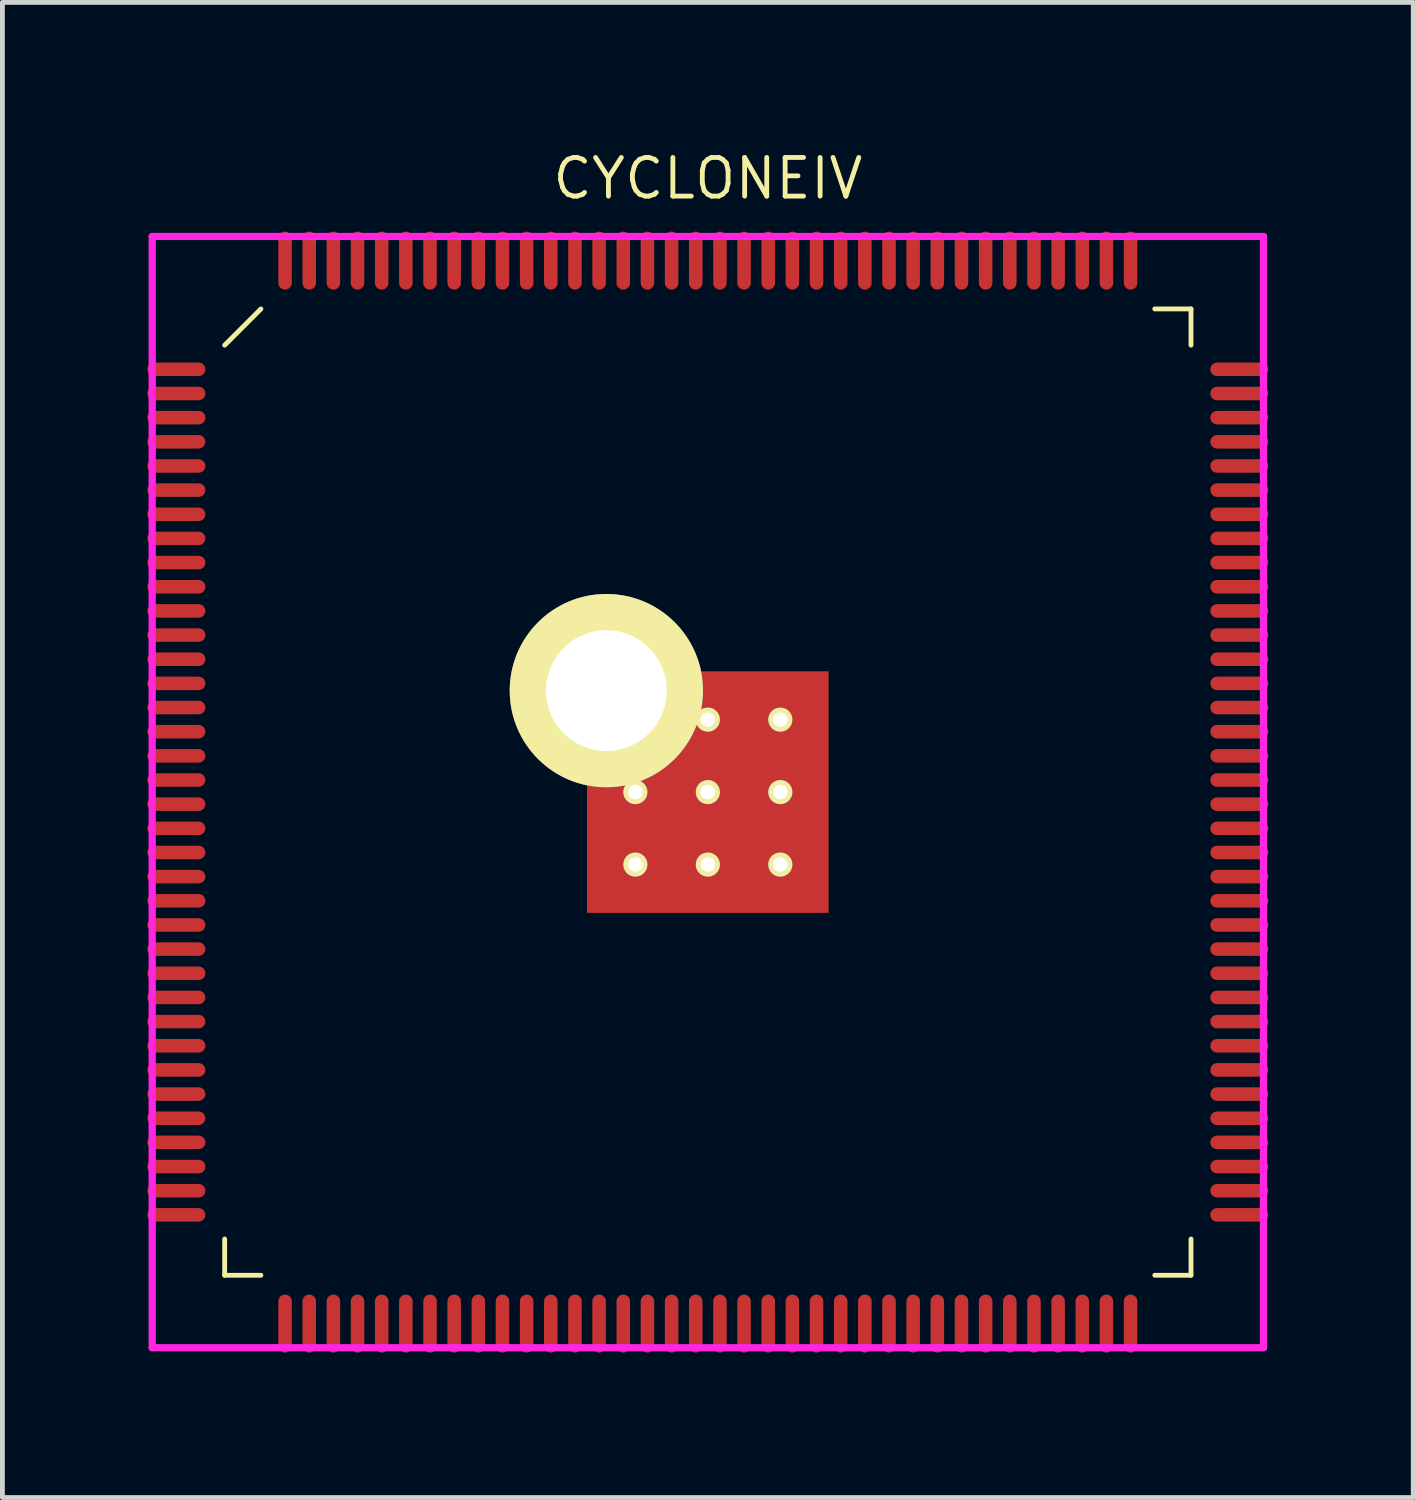
<source format=kicad_pcb>
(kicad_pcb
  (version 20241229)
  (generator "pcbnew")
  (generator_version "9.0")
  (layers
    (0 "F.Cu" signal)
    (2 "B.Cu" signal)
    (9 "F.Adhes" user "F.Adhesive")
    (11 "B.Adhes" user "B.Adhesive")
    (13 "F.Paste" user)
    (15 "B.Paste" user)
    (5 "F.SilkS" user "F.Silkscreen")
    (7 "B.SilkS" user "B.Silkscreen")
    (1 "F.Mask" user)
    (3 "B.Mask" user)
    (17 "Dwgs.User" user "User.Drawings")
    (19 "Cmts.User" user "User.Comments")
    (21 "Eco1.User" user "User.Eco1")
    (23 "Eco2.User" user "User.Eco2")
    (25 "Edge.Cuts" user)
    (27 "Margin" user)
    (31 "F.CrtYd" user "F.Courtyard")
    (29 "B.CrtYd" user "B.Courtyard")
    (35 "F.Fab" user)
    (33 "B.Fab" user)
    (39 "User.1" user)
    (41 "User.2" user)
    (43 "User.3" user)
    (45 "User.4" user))
  (footprint "CYCLONEIV"
    (layer "F.Cu")
    (at 11.6 13.344)
    (property "Reference" "CYCLONEIV" (at 0 -12.7 0) (layer "F.SilkS") (effects (font (size 0.8 0.8) (thickness 0.1))))
    (attr through_hole)
    (fp_line (start -10 -9.25) (end -9.25 -10) (stroke (width 0.1) (type solid)) (layer "F.SilkS"))
    (fp_line (start -10 10) (end -10 9.25) (stroke (width 0.1) (type solid)) (layer "F.SilkS"))
    (fp_line (start -9.25 10) (end -10 10) (stroke (width 0.1) (type solid)) (layer "F.SilkS"))
    (fp_line (start 9.25 -10) (end 10 -10) (stroke (width 0.1) (type solid)) (layer "F.SilkS"))
    (fp_line (start 9.25 10) (end 10 10) (stroke (width 0.1) (type solid)) (layer "F.SilkS"))
    (fp_line (start 10 -10) (end 10 -9.25) (stroke (width 0.1) (type solid)) (layer "F.SilkS"))
    (fp_line (start 10 10) (end 10 9.25) (stroke (width 0.1) (type solid)) (layer "F.SilkS"))
    (fp_line (start -11.5 -11.5) (end 11.5 -11.5) (stroke (width 0.15) (type solid)) (layer "F.CrtYd"))
    (fp_line (start -11.5 11.5) (end -11.5 -11.5) (stroke (width 0.15) (type solid)) (layer "F.CrtYd"))
    (fp_line (start 11.5 -11.5) (end 11.5 11.5) (stroke (width 0.15) (type solid)) (layer "F.CrtYd"))
    (fp_line (start 11.5 11.5) (end -11.5 11.5) (stroke (width 0.15) (type solid)) (layer "F.CrtYd"))
    (pad "1" smd oval (at -11 -8.75 90) (size 0.28 1.2) (layers "F.Cu" "F.Mask" "F.Paste"))
    (pad "2" smd oval (at -11 -8.25 90) (size 0.28 1.2) (layers "F.Cu" "F.Mask" "F.Paste"))
    (pad "3" smd oval (at -11 -7.75 90) (size 0.28 1.2) (layers "F.Cu" "F.Mask" "F.Paste"))
    (pad "4" smd oval (at -11 -7.25 90) (size 0.28 1.2) (layers "F.Cu" "F.Mask" "F.Paste"))
    (pad "5" smd oval (at -11 -6.75 90) (size 0.28 1.2) (layers "F.Cu" "F.Mask" "F.Paste"))
    (pad "6" smd oval (at -11 -6.25 90) (size 0.28 1.2) (layers "F.Cu" "F.Mask" "F.Paste"))
    (pad "7" smd oval (at -11 -5.75 90) (size 0.28 1.2) (layers "F.Cu" "F.Mask" "F.Paste"))
    (pad "8" smd oval (at -11 -5.25 90) (size 0.28 1.2) (layers "F.Cu" "F.Mask" "F.Paste"))
    (pad "9" smd oval (at -11 -4.75 90) (size 0.28 1.2) (layers "F.Cu" "F.Mask" "F.Paste"))
    (pad "10" smd oval (at -11 -4.25 90) (size 0.28 1.2) (layers "F.Cu" "F.Mask" "F.Paste"))
    (pad "11" smd oval (at -11 -3.75 90) (size 0.28 1.2) (layers "F.Cu" "F.Mask" "F.Paste"))
    (pad "12" smd oval (at -11 -3.25 90) (size 0.28 1.2) (layers "F.Cu" "F.Mask" "F.Paste"))
    (pad "13" smd oval (at -11 -2.75 90) (size 0.28 1.2) (layers "F.Cu" "F.Mask" "F.Paste"))
    (pad "14" smd oval (at -11 -2.25 90) (size 0.28 1.2) (layers "F.Cu" "F.Mask" "F.Paste"))
    (pad "15" smd oval (at -11 -1.75 90) (size 0.28 1.2) (layers "F.Cu" "F.Mask" "F.Paste"))
    (pad "16" smd oval (at -11 -1.25 90) (size 0.28 1.2) (layers "F.Cu" "F.Mask" "F.Paste"))
    (pad "17" smd oval (at -11 -0.75 90) (size 0.28 1.2) (layers "F.Cu" "F.Mask" "F.Paste"))
    (pad "18" smd oval (at -11 -0.25 90) (size 0.28 1.2) (layers "F.Cu" "F.Mask" "F.Paste"))
    (pad "19" smd oval (at -11 0.25 90) (size 0.28 1.2) (layers "F.Cu" "F.Mask" "F.Paste"))
    (pad "20" smd oval (at -11 0.75 90) (size 0.28 1.2) (layers "F.Cu" "F.Mask" "F.Paste"))
    (pad "21" smd oval (at -11 1.25 90) (size 0.28 1.2) (layers "F.Cu" "F.Mask" "F.Paste"))
    (pad "22" smd oval (at -11 1.75 90) (size 0.28 1.2) (layers "F.Cu" "F.Mask" "F.Paste"))
    (pad "23" smd oval (at -11 2.25 90) (size 0.28 1.2) (layers "F.Cu" "F.Mask" "F.Paste"))
    (pad "24" smd oval (at -11 2.75 90) (size 0.28 1.2) (layers "F.Cu" "F.Mask" "F.Paste"))
    (pad "25" smd oval (at -11 3.25 90) (size 0.28 1.2) (layers "F.Cu" "F.Mask" "F.Paste"))
    (pad "26" smd oval (at -11 3.75 90) (size 0.28 1.2) (layers "F.Cu" "F.Mask" "F.Paste"))
    (pad "27" smd oval (at -11 4.25 90) (size 0.28 1.2) (layers "F.Cu" "F.Mask" "F.Paste"))
    (pad "28" smd oval (at -11 4.75 90) (size 0.28 1.2) (layers "F.Cu" "F.Mask" "F.Paste"))
    (pad "29" smd oval (at -11 5.25 90) (size 0.28 1.2) (layers "F.Cu" "F.Mask" "F.Paste"))
    (pad "30" smd oval (at -11 5.75 90) (size 0.28 1.2) (layers "F.Cu" "F.Mask" "F.Paste"))
    (pad "31" smd oval (at -11 6.25 90) (size 0.28 1.2) (layers "F.Cu" "F.Mask" "F.Paste"))
    (pad "32" smd oval (at -11 6.75 90) (size 0.28 1.2) (layers "F.Cu" "F.Mask" "F.Paste"))
    (pad "33" smd oval (at -11 7.25 90) (size 0.28 1.2) (layers "F.Cu" "F.Mask" "F.Paste"))
    (pad "34" smd oval (at -11 7.75 90) (size 0.28 1.2) (layers "F.Cu" "F.Mask" "F.Paste"))
    (pad "35" smd oval (at -11 8.25 90) (size 0.28 1.2) (layers "F.Cu" "F.Mask" "F.Paste"))
    (pad "36" smd oval (at -11 8.75 90) (size 0.28 1.2) (layers "F.Cu" "F.Mask" "F.Paste"))
    (pad "37" smd oval (at -8.75 11) (size 0.28 1.2) (layers "F.Cu" "F.Mask" "F.Paste"))
    (pad "38" smd oval (at -8.25 11) (size 0.28 1.2) (layers "F.Cu" "F.Mask" "F.Paste"))
    (pad "39" smd oval (at -7.75 11) (size 0.28 1.2) (layers "F.Cu" "F.Mask" "F.Paste"))
    (pad "40" smd oval (at -7.25 11) (size 0.28 1.2) (layers "F.Cu" "F.Mask" "F.Paste"))
    (pad "41" smd oval (at -6.75 11) (size 0.28 1.2) (layers "F.Cu" "F.Mask" "F.Paste"))
    (pad "42" smd oval (at -6.25 11) (size 0.28 1.2) (layers "F.Cu" "F.Mask" "F.Paste"))
    (pad "43" smd oval (at -5.75 11) (size 0.28 1.2) (layers "F.Cu" "F.Mask" "F.Paste"))
    (pad "44" smd oval (at -5.25 11) (size 0.28 1.2) (layers "F.Cu" "F.Mask" "F.Paste"))
    (pad "45" smd oval (at -4.75 11) (size 0.28 1.2) (layers "F.Cu" "F.Mask" "F.Paste"))
    (pad "46" smd oval (at -4.25 11) (size 0.28 1.2) (layers "F.Cu" "F.Mask" "F.Paste"))
    (pad "47" smd oval (at -3.75 11) (size 0.28 1.2) (layers "F.Cu" "F.Mask" "F.Paste"))
    (pad "48" smd oval (at -3.25 11) (size 0.28 1.2) (layers "F.Cu" "F.Mask" "F.Paste"))
    (pad "49" smd oval (at -2.75 11) (size 0.28 1.2) (layers "F.Cu" "F.Mask" "F.Paste"))
    (pad "50" smd oval (at -2.25 11) (size 0.28 1.2) (layers "F.Cu" "F.Mask" "F.Paste"))
    (pad "51" smd oval (at -1.75 11) (size 0.28 1.2) (layers "F.Cu" "F.Mask" "F.Paste"))
    (pad "52" smd oval (at -1.25 11) (size 0.28 1.2) (layers "F.Cu" "F.Mask" "F.Paste"))
    (pad "53" smd oval (at -0.75 11) (size 0.28 1.2) (layers "F.Cu" "F.Mask" "F.Paste"))
    (pad "54" smd oval (at -0.25 11) (size 0.28 1.2) (layers "F.Cu" "F.Mask" "F.Paste"))
    (pad "55" smd oval (at 0.25 11) (size 0.28 1.2) (layers "F.Cu" "F.Mask" "F.Paste"))
    (pad "56" smd oval (at 0.75 11) (size 0.28 1.2) (layers "F.Cu" "F.Mask" "F.Paste"))
    (pad "57" smd oval (at 1.25 11) (size 0.28 1.2) (layers "F.Cu" "F.Mask" "F.Paste"))
    (pad "58" smd oval (at 1.75 11) (size 0.28 1.2) (layers "F.Cu" "F.Mask" "F.Paste"))
    (pad "59" smd oval (at 2.25 11) (size 0.28 1.2) (layers "F.Cu" "F.Mask" "F.Paste"))
    (pad "60" smd oval (at 2.75 11) (size 0.28 1.2) (layers "F.Cu" "F.Mask" "F.Paste"))
    (pad "61" smd oval (at 3.25 11) (size 0.28 1.2) (layers "F.Cu" "F.Mask" "F.Paste"))
    (pad "62" smd oval (at 3.75 11) (size 0.28 1.2) (layers "F.Cu" "F.Mask" "F.Paste"))
    (pad "63" smd oval (at 4.25 11) (size 0.28 1.2) (layers "F.Cu" "F.Mask" "F.Paste"))
    (pad "64" smd oval (at 4.75 11) (size 0.28 1.2) (layers "F.Cu" "F.Mask" "F.Paste"))
    (pad "65" smd oval (at 5.25 11) (size 0.28 1.2) (layers "F.Cu" "F.Mask" "F.Paste"))
    (pad "66" smd oval (at 5.75 11) (size 0.28 1.2) (layers "F.Cu" "F.Mask" "F.Paste"))
    (pad "67" smd oval (at 6.25 11) (size 0.28 1.2) (layers "F.Cu" "F.Mask" "F.Paste"))
    (pad "68" smd oval (at 6.75 11) (size 0.28 1.2) (layers "F.Cu" "F.Mask" "F.Paste"))
    (pad "69" smd oval (at 7.25 11) (size 0.28 1.2) (layers "F.Cu" "F.Mask" "F.Paste"))
    (pad "70" smd oval (at 7.75 11) (size 0.28 1.2) (layers "F.Cu" "F.Mask" "F.Paste"))
    (pad "71" smd oval (at 8.25 11) (size 0.28 1.2) (layers "F.Cu" "F.Mask" "F.Paste"))
    (pad "72" smd oval (at 8.75 11) (size 0.28 1.2) (layers "F.Cu" "F.Mask" "F.Paste"))
    (pad "73" smd oval (at 11 8.75 90) (size 0.28 1.2) (layers "F.Cu" "F.Mask" "F.Paste"))
    (pad "74" smd oval (at 11 8.25 90) (size 0.28 1.2) (layers "F.Cu" "F.Mask" "F.Paste"))
    (pad "75" smd oval (at 11 7.75 90) (size 0.28 1.2) (layers "F.Cu" "F.Mask" "F.Paste"))
    (pad "76" smd oval (at 11 7.25 90) (size 0.28 1.2) (layers "F.Cu" "F.Mask" "F.Paste"))
    (pad "77" smd oval (at 11 6.75 90) (size 0.28 1.2) (layers "F.Cu" "F.Mask" "F.Paste"))
    (pad "78" smd oval (at 11 6.25 90) (size 0.28 1.2) (layers "F.Cu" "F.Mask" "F.Paste"))
    (pad "79" smd oval (at 11 5.75 90) (size 0.28 1.2) (layers "F.Cu" "F.Mask" "F.Paste"))
    (pad "80" smd oval (at 11 5.25 90) (size 0.28 1.2) (layers "F.Cu" "F.Mask" "F.Paste"))
    (pad "81" smd oval (at 11 4.75 90) (size 0.28 1.2) (layers "F.Cu" "F.Mask" "F.Paste"))
    (pad "82" smd oval (at 11 4.25 90) (size 0.28 1.2) (layers "F.Cu" "F.Mask" "F.Paste"))
    (pad "83" smd oval (at 11 3.75 90) (size 0.28 1.2) (layers "F.Cu" "F.Mask" "F.Paste"))
    (pad "84" smd oval (at 11 3.25 90) (size 0.28 1.2) (layers "F.Cu" "F.Mask" "F.Paste"))
    (pad "85" smd oval (at 11 2.75 90) (size 0.28 1.2) (layers "F.Cu" "F.Mask" "F.Paste"))
    (pad "86" smd oval (at 11 2.25 90) (size 0.28 1.2) (layers "F.Cu" "F.Mask" "F.Paste"))
    (pad "87" smd oval (at 11 1.75 90) (size 0.28 1.2) (layers "F.Cu" "F.Mask" "F.Paste"))
    (pad "88" smd oval (at 11 1.25 90) (size 0.28 1.2) (layers "F.Cu" "F.Mask" "F.Paste"))
    (pad "89" smd oval (at 11 0.75 90) (size 0.28 1.2) (layers "F.Cu" "F.Mask" "F.Paste"))
    (pad "90" smd oval (at 11 0.25 90) (size 0.28 1.2) (layers "F.Cu" "F.Mask" "F.Paste"))
    (pad "91" smd oval (at 11 -0.25 90) (size 0.28 1.2) (layers "F.Cu" "F.Mask" "F.Paste"))
    (pad "92" smd oval (at 11 -0.75 90) (size 0.28 1.2) (layers "F.Cu" "F.Mask" "F.Paste"))
    (pad "93" smd oval (at 11 -1.25 90) (size 0.28 1.2) (layers "F.Cu" "F.Mask" "F.Paste"))
    (pad "94" smd oval (at 11 -1.75 90) (size 0.28 1.2) (layers "F.Cu" "F.Mask" "F.Paste"))
    (pad "95" smd oval (at 11 -2.25 90) (size 0.28 1.2) (layers "F.Cu" "F.Mask" "F.Paste"))
    (pad "96" smd oval (at 11 -2.75 90) (size 0.28 1.2) (layers "F.Cu" "F.Mask" "F.Paste"))
    (pad "97" smd oval (at 11 -3.25 90) (size 0.28 1.2) (layers "F.Cu" "F.Mask" "F.Paste"))
    (pad "98" smd oval (at 11 -3.75 90) (size 0.28 1.2) (layers "F.Cu" "F.Mask" "F.Paste"))
    (pad "99" smd oval (at 11 -4.25 90) (size 0.28 1.2) (layers "F.Cu" "F.Mask" "F.Paste"))
    (pad "100" smd oval (at 11 -4.75 90) (size 0.28 1.2) (layers "F.Cu" "F.Mask" "F.Paste"))
    (pad "101" smd oval (at 11 -5.25 90) (size 0.28 1.2) (layers "F.Cu" "F.Mask" "F.Paste"))
    (pad "102" smd oval (at 11 -5.75 90) (size 0.28 1.2) (layers "F.Cu" "F.Mask" "F.Paste"))
    (pad "103" smd oval (at 11 -6.25 90) (size 0.28 1.2) (layers "F.Cu" "F.Mask" "F.Paste"))
    (pad "104" smd oval (at 11 -6.75 90) (size 0.28 1.2) (layers "F.Cu" "F.Mask" "F.Paste"))
    (pad "105" smd oval (at 11 -7.25 90) (size 0.28 1.2) (layers "F.Cu" "F.Mask" "F.Paste"))
    (pad "106" smd oval (at 11 -7.75 90) (size 0.28 1.2) (layers "F.Cu" "F.Mask" "F.Paste"))
    (pad "107" smd oval (at 11 -8.25 90) (size 0.28 1.2) (layers "F.Cu" "F.Mask" "F.Paste"))
    (pad "108" smd oval (at 11 -8.75 90) (size 0.28 1.2) (layers "F.Cu" "F.Mask" "F.Paste"))
    (pad "109" smd oval (at 8.75 -11) (size 0.28 1.2) (layers "F.Cu" "F.Mask" "F.Paste"))
    (pad "110" smd oval (at 8.25 -11) (size 0.28 1.2) (layers "F.Cu" "F.Mask" "F.Paste"))
    (pad "111" smd oval (at 7.75 -11) (size 0.28 1.2) (layers "F.Cu" "F.Mask" "F.Paste"))
    (pad "112" smd oval (at 7.25 -11) (size 0.28 1.2) (layers "F.Cu" "F.Mask" "F.Paste"))
    (pad "113" smd oval (at 6.75 -11) (size 0.28 1.2) (layers "F.Cu" "F.Mask" "F.Paste"))
    (pad "114" smd oval (at 6.25 -11) (size 0.28 1.2) (layers "F.Cu" "F.Mask" "F.Paste"))
    (pad "115" smd oval (at 5.75 -11) (size 0.28 1.2) (layers "F.Cu" "F.Mask" "F.Paste"))
    (pad "116" smd oval (at 5.25 -11) (size 0.28 1.2) (layers "F.Cu" "F.Mask" "F.Paste"))
    (pad "117" smd oval (at 4.75 -11) (size 0.28 1.2) (layers "F.Cu" "F.Mask" "F.Paste"))
    (pad "118" smd oval (at 4.25 -11) (size 0.28 1.2) (layers "F.Cu" "F.Mask" "F.Paste"))
    (pad "119" smd oval (at 3.75 -11) (size 0.28 1.2) (layers "F.Cu" "F.Mask" "F.Paste"))
    (pad "120" smd oval (at 3.25 -11) (size 0.28 1.2) (layers "F.Cu" "F.Mask" "F.Paste"))
    (pad "121" smd oval (at 2.75 -11) (size 0.28 1.2) (layers "F.Cu" "F.Mask" "F.Paste"))
    (pad "122" smd oval (at 2.25 -11) (size 0.28 1.2) (layers "F.Cu" "F.Mask" "F.Paste"))
    (pad "123" smd oval (at 1.75 -11) (size 0.28 1.2) (layers "F.Cu" "F.Mask" "F.Paste"))
    (pad "124" smd oval (at 1.25 -11) (size 0.28 1.2) (layers "F.Cu" "F.Mask" "F.Paste"))
    (pad "125" smd oval (at 0.75 -11) (size 0.28 1.2) (layers "F.Cu" "F.Mask" "F.Paste"))
    (pad "126" smd oval (at 0.25 -11) (size 0.28 1.2) (layers "F.Cu" "F.Mask" "F.Paste"))
    (pad "127" smd oval (at -0.25 -11) (size 0.28 1.2) (layers "F.Cu" "F.Mask" "F.Paste"))
    (pad "128" smd oval (at -0.75 -11) (size 0.28 1.2) (layers "F.Cu" "F.Mask" "F.Paste"))
    (pad "129" smd oval (at -1.25 -11) (size 0.28 1.2) (layers "F.Cu" "F.Mask" "F.Paste"))
    (pad "130" smd oval (at -1.75 -11) (size 0.28 1.2) (layers "F.Cu" "F.Mask" "F.Paste"))
    (pad "131" smd oval (at -2.25 -11) (size 0.28 1.2) (layers "F.Cu" "F.Mask" "F.Paste"))
    (pad "132" smd oval (at -2.75 -11) (size 0.28 1.2) (layers "F.Cu" "F.Mask" "F.Paste"))
    (pad "133" smd oval (at -3.25 -11) (size 0.28 1.2) (layers "F.Cu" "F.Mask" "F.Paste"))
    (pad "134" smd oval (at -3.75 -11) (size 0.28 1.2) (layers "F.Cu" "F.Mask" "F.Paste"))
    (pad "135" smd oval (at -4.25 -11) (size 0.28 1.2) (layers "F.Cu" "F.Mask" "F.Paste"))
    (pad "136" smd oval (at -4.75 -11) (size 0.28 1.2) (layers "F.Cu" "F.Mask" "F.Paste"))
    (pad "137" smd oval (at -5.25 -11) (size 0.28 1.2) (layers "F.Cu" "F.Mask" "F.Paste"))
    (pad "138" smd oval (at -5.75 -11) (size 0.28 1.2) (layers "F.Cu" "F.Mask" "F.Paste"))
    (pad "139" smd oval (at -6.25 -11) (size 0.28 1.2) (layers "F.Cu" "F.Mask" "F.Paste"))
    (pad "140" smd oval (at -6.75 -11) (size 0.28 1.2) (layers "F.Cu" "F.Mask" "F.Paste"))
    (pad "141" smd oval (at -7.25 -11) (size 0.28 1.2) (layers "F.Cu" "F.Mask" "F.Paste"))
    (pad "142" smd oval (at -7.75 -11) (size 0.28 1.2) (layers "F.Cu" "F.Mask" "F.Paste"))
    (pad "143" smd oval (at -8.25 -11) (size 0.28 1.2) (layers "F.Cu" "F.Mask" "F.Paste"))
    (pad "144" smd oval (at -8.75 -11) (size 0.28 1.2) (layers "F.Cu" "F.Mask" "F.Paste"))
    (pad "145" thru_hole circle (at -2.1 -2.1) (size 4 4) (drill 2.5) (layers "*.Cu" "*.Mask" "F.SilkS"))
    (pad "145" thru_hole circle (at -1.5 0) (size 0.5 0.5) (drill 0.3) (layers "*.Cu" "*.Mask" "F.SilkS"))
    (pad "145" thru_hole circle (at -1.5 1.5) (size 0.5 0.5) (drill 0.3) (layers "*.Cu" "*.Mask" "F.SilkS"))
    (pad "145" thru_hole circle (at 0 -1.5) (size 0.5 0.5) (drill 0.3) (layers "*.Cu" "*.Mask" "F.SilkS"))
    (pad "145" thru_hole circle (at 0 0) (size 0.5 0.5) (drill 0.3) (layers "*.Cu" "*.Mask" "F.SilkS"))
    (pad "145" smd rect (at 0 0) (size 5 5) (layers "F.Cu" "F.Mask"))
    (pad "145" thru_hole circle (at 0 1.5) (size 0.5 0.5) (drill 0.3) (layers "*.Cu" "*.Mask" "F.SilkS"))
    (pad "145" thru_hole circle (at 1.5 -1.5) (size 0.5 0.5) (drill 0.3) (layers "*.Cu" "*.Mask" "F.SilkS"))
    (pad "145" thru_hole circle (at 1.5 0) (size 0.5 0.5) (drill 0.3) (layers "*.Cu" "*.Mask" "F.SilkS"))
    (pad "145" thru_hole circle (at 1.5 1.5) (size 0.5 0.5) (drill 0.3) (layers "*.Cu" "*.Mask" "F.SilkS")))
  (gr_rect
    (start -3 -3)
    (end 26.2 27.944)
    (stroke (width 0.1) (type default))
    (fill no)
    (layer "Edge.Cuts")))
</source>
